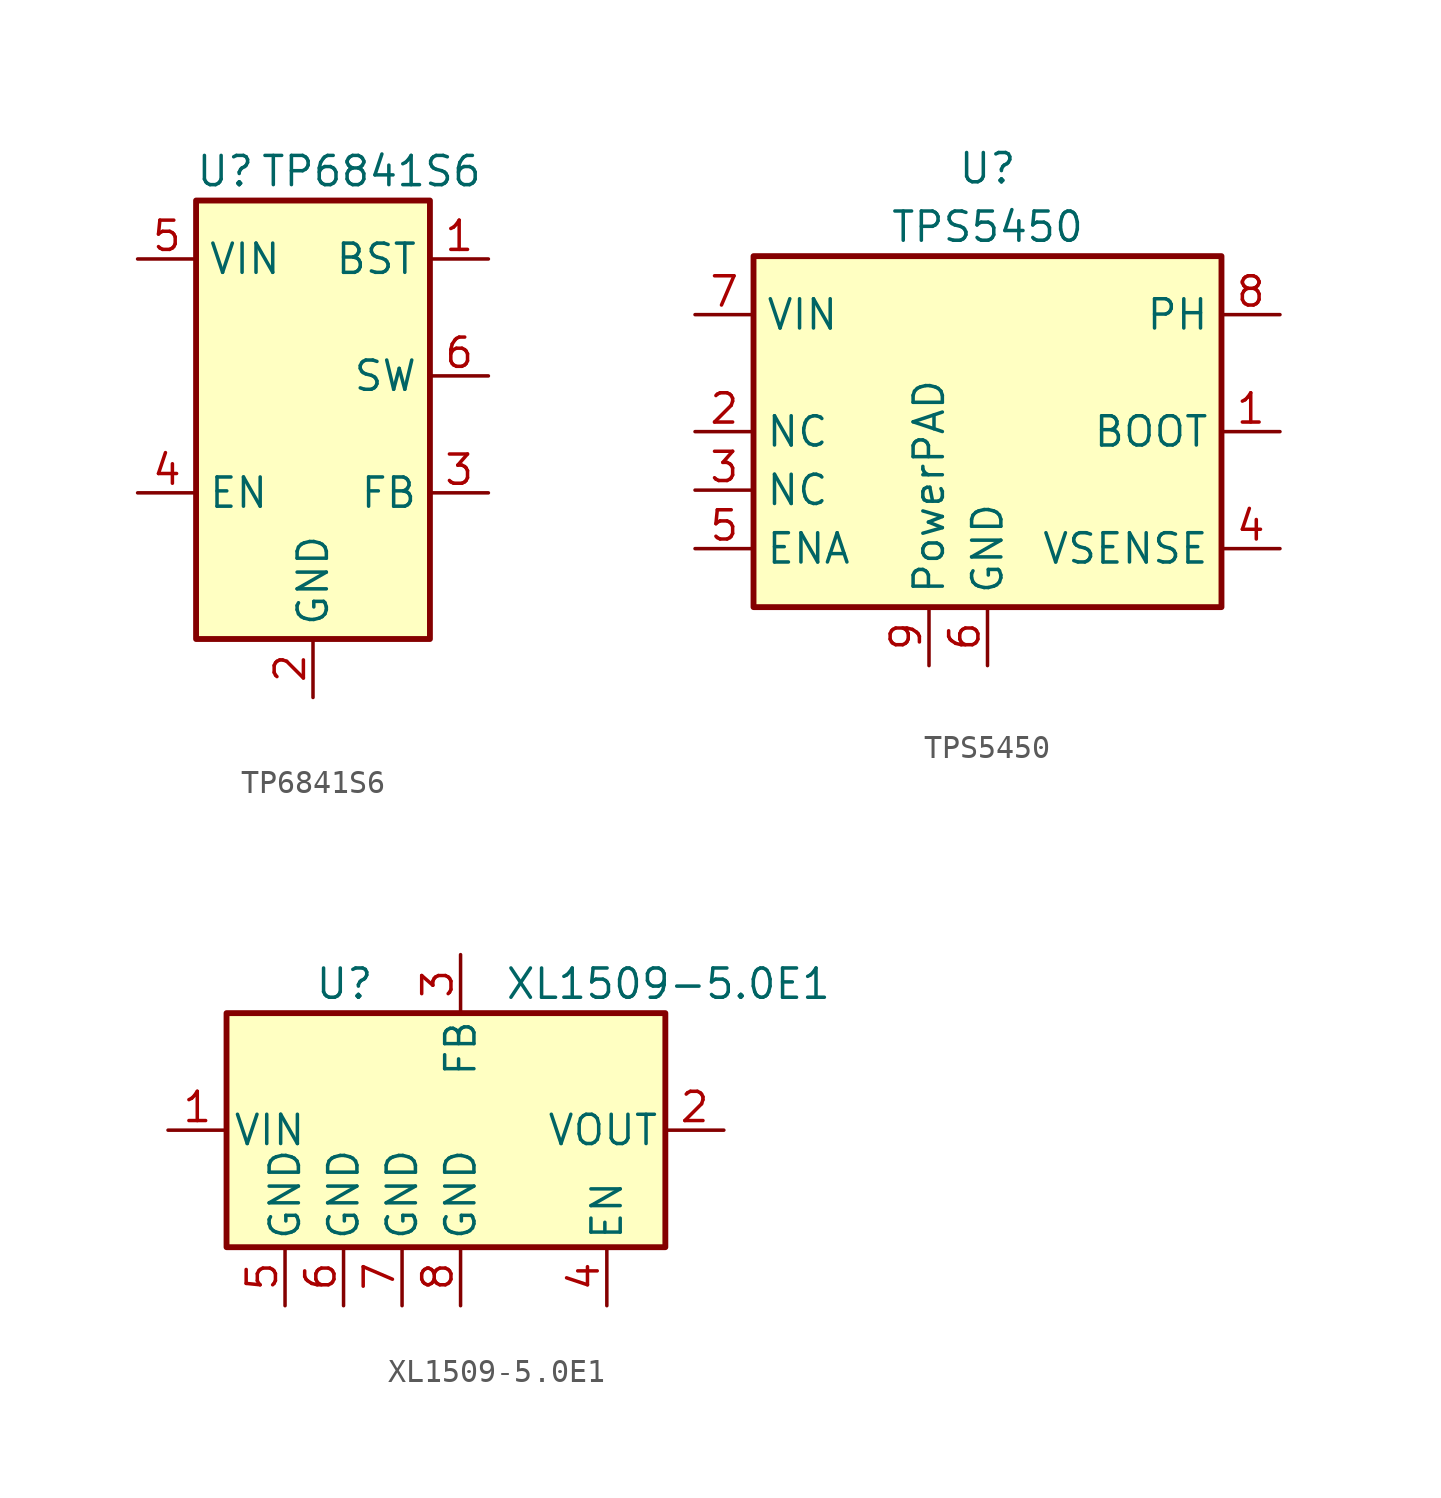
<source format=kicad_sym>
(kicad_symbol_lib
  (version 20231120)
  (generator "kicad_symbol_editor")
  (generator_version "8.0")
  (symbol "TP6841S6"
    (property "Reference" "U"
      (at -3.81 10.16 0)
      (effects (font (size 1.27 1.27))))
    (property "Value" "TP6841S6"
      (at 2.54 10.16 0)
      (effects (font (size 1.27 1.27))))
    (symbol "TP6841S6_0_1"
      (rectangle (start -5.08 8.89) (end 5.08 -10.16) (stroke (width 0.254) (type default)) (fill (type background))))
    (symbol "TP6841S6_1_1"
      (pin output line (at 7.62 6.35 180) (length 2.54) (name "BST" (effects (font (size 1.27 1.27)))) (number "1" (effects (font (size 1.27 1.27)))))
      (pin power_in line (at 0 -12.7 90) (length 2.54) (name "GND" (effects (font (size 1.27 1.27)))) (number "2" (effects (font (size 1.27 1.27)))))
      (pin input line (at 7.62 -3.81 180) (length 2.54) (name "FB" (effects (font (size 1.27 1.27)))) (number "3" (effects (font (size 1.27 1.27)))))
      (pin input line (at -7.62 -3.81 0) (length 2.54) (name "EN" (effects (font (size 1.27 1.27)))) (number "4" (effects (font (size 1.27 1.27)))))
      (pin power_in line (at -7.62 6.35 0) (length 2.54) (name "VIN" (effects (font (size 1.27 1.27)))) (number "5" (effects (font (size 1.27 1.27)))))
      (pin power_out line (at 7.62 1.27 180) (length 2.54) (name "SW" (effects (font (size 1.27 1.27)))) (number "6" (effects (font (size 1.27 1.27)))))))
  (symbol "TPS5450"
    (property "Reference" "U"
      (at 0 11.43 0)
      (effects (font (size 1.27 1.27))))
    (property "Value" "TPS5450"
      (at 0 8.89 0)
      (effects (font (size 1.27 1.27))))
    (symbol "TPS5450_1_1"
      (rectangle (start -10.16 7.62) (end 10.16 -7.62) (stroke (width 0.254) (type default)) (fill (type background)))
      (pin output line (at 12.7 0 180) (length 2.54) (name "BOOT" (effects (font (size 1.27 1.27)))) (number "1" (effects (font (size 1.27 1.27)))))
      (pin passive line (at -12.7 0 0) (length 2.54) (name "NC" (effects (font (size 1.27 1.27)))) (number "2" (effects (font (size 1.27 1.27)))))
      (pin passive line (at -12.7 -2.54 0) (length 2.54) (name "NC" (effects (font (size 1.27 1.27)))) (number "3" (effects (font (size 1.27 1.27)))))
      (pin input line (at 12.7 -5.08 180) (length 2.54) (name "VSENSE" (effects (font (size 1.27 1.27)))) (number "4" (effects (font (size 1.27 1.27)))))
      (pin passive line (at -12.7 -5.08 0) (length 2.54) (name "ENA" (effects (font (size 1.27 1.27)))) (number "5" (effects (font (size 1.27 1.27)))))
      (pin power_in line (at 0 -10.16 90) (length 2.54) (name "GND" (effects (font (size 1.27 1.27)))) (number "6" (effects (font (size 1.27 1.27)))))
      (pin power_in line (at -12.7 5.08 0) (length 2.54) (name "VIN" (effects (font (size 1.27 1.27)))) (number "7" (effects (font (size 1.27 1.27)))))
      (pin passive line (at 12.7 5.08 180) (length 2.54) (name "PH" (effects (font (size 1.27 1.27)))) (number "8" (effects (font (size 1.27 1.27)))))
      (pin power_in line (at -2.54 -10.16 90) (length 2.54) (name "PowerPAD" (effects (font (size 1.27 1.27)))) (number "9" (effects (font (size 1.27 1.27)))))))
  (symbol "XL1509-5.0E1"
    (pin_names
      (offset 0.254))
    (property "Reference" "U"
      (at -5.08 6.35 0)
      (effects (font (size 1.27 1.27)) (justify left)))
    (property "Value" "XL1509-5.0E1"
      (at 3.175 6.35 0)
      (effects (font (size 1.27 1.27)) (justify left)))
    (symbol "XL1509-5.0E1_0_1"
      (rectangle (start -8.89 5.08) (end 10.16 -5.08) (stroke (width 0.254) (type default)) (fill (type background))))
    (symbol "XL1509-5.0E1_1_1"
      (pin power_in line (at -11.43 0 0) (length 2.54) (name "VIN" (effects (font (size 1.27 1.27)))) (number "1" (effects (font (size 1.27 1.27)))))
      (pin power_out line (at 12.7 0 180) (length 2.54) (name "VOUT" (effects (font (size 1.27 1.27)))) (number "2" (effects (font (size 1.27 1.27)))))
      (pin input line (at 1.27 7.62 270) (length 2.54) (name "FB" (effects (font (size 1.27 1.27)))) (number "3" (effects (font (size 1.27 1.27)))))
      (pin input line (at 7.62 -7.62 90) (length 2.54) (name "EN" (effects (font (size 1.27 1.27)))) (number "4" (effects (font (size 1.27 1.27)))))
      (pin power_in line (at -6.35 -7.62 90) (length 2.54) (name "GND" (effects (font (size 1.27 1.27)))) (number "5" (effects (font (size 1.27 1.27)))))
      (pin power_in line (at -3.81 -7.62 90) (length 2.54) (name "GND" (effects (font (size 1.27 1.27)))) (number "6" (effects (font (size 1.27 1.27)))))
      (pin power_in line (at -1.27 -7.62 90) (length 2.54) (name "GND" (effects (font (size 1.27 1.27)))) (number "7" (effects (font (size 1.27 1.27)))))
      (pin power_in line (at 1.27 -7.62 90) (length 2.54) (name "GND" (effects (font (size 1.27 1.27)))) (number "8" (effects (font (size 1.27 1.27))))))))
</source>
